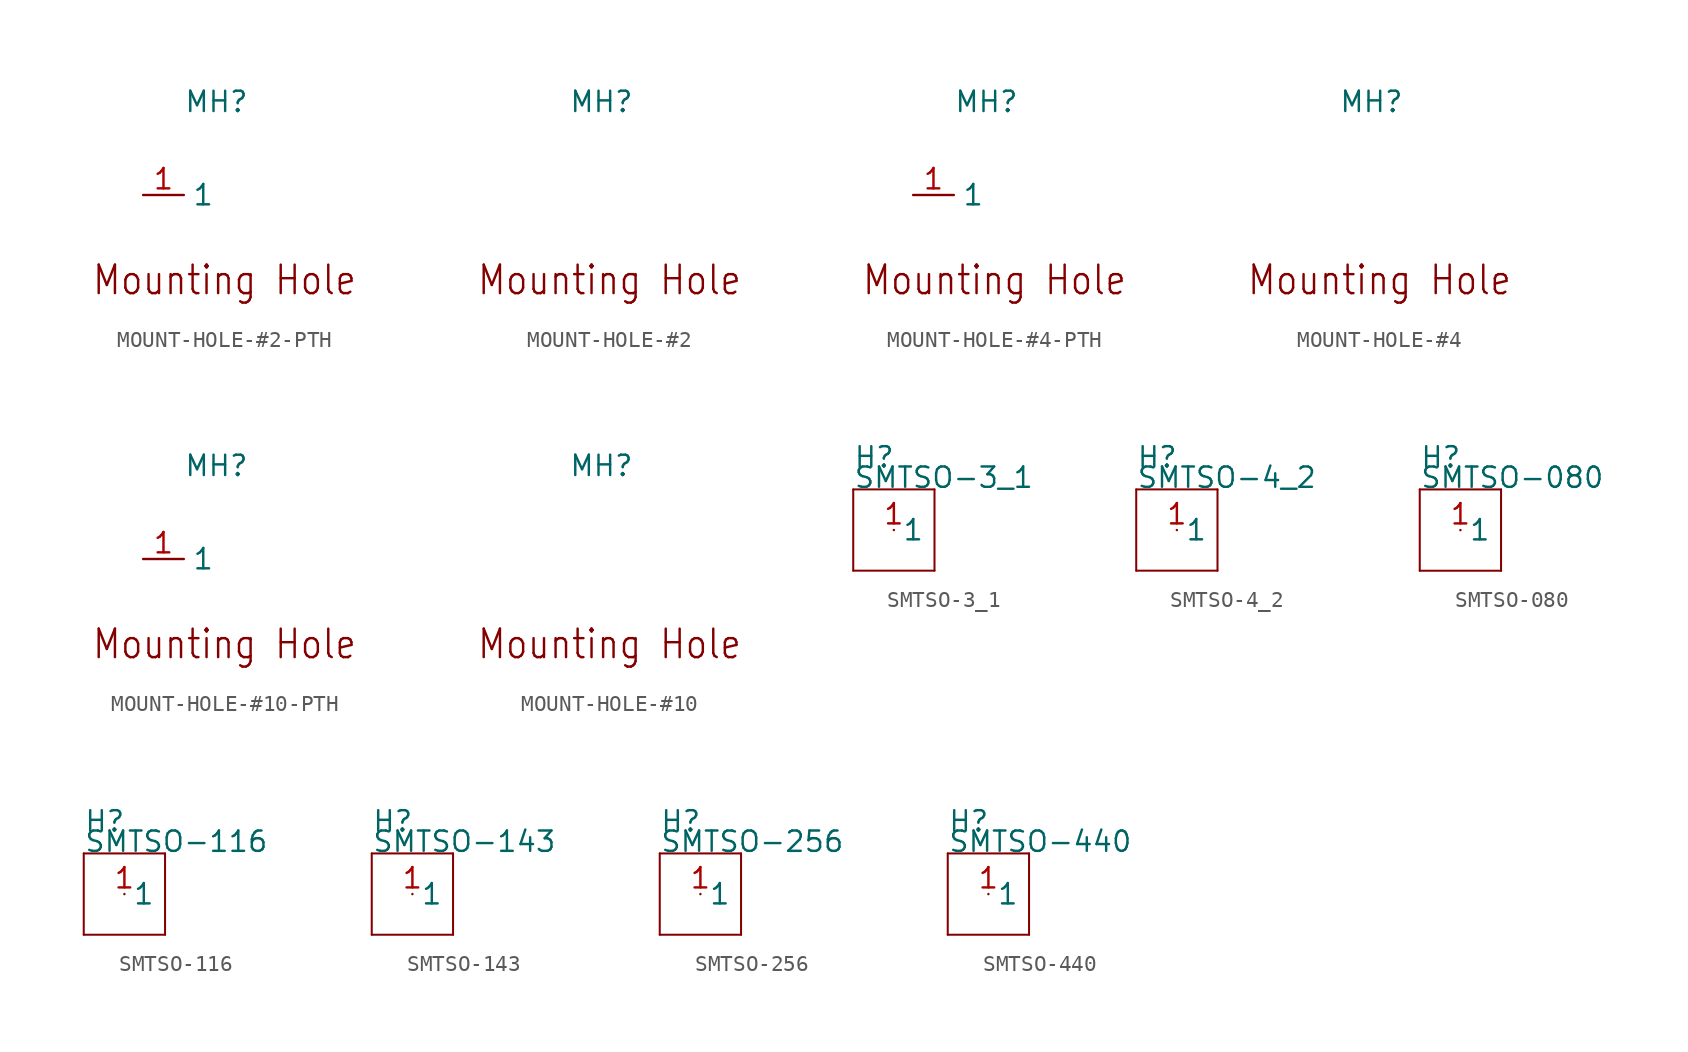
<source format=kicad_sym>
(kicad_symbol_lib
  (version 20211014)
  (generator kicad_symbol_editor)
  (symbol "MOUNT-HOLE-#2-PTH"
    (pin_names)
    (property "Reference" "MH"
      (at -2.54 5.08 0)
      (effects (font (size 1.27 1.27)) (justify left bottom)))
    (property "Datasheet" ""
      (at 0 0 0))
    (property "ki_description" "Mount Hole  - #2 PTH   Technical Specifications:    Hole Diameter: 0.096\"   Screw Head Clearance: 0.141\"     "
      (at 0 0 0))
    (property "ki_fp_filters" "FlashPCB_Hardware:MOUNT-HOLE-#2-PTH FlashPCB_Hardware:MOUNT-HOLE-#2-PTH-NO-SILK"
      (at 0 0 0))
    (symbol "MOUNT-HOLE-#2-PTH_1_1"
      (text "Mounting Hole" (at 0 -6.35 0) (effects (font (size 1.778 1.52)) (justify bottom)))
      (circle private (center 0 0) (radius 2.54) (stroke (width 0.254) (type default)) (fill (type none)))
      (circle private (center 0 0) (radius 3.592) (stroke (width 0.254) (type default)) (fill (type none)))
      (pin bidirectional line (at -5.08 0 0) (length 2.54) (name "1" (effects (font (size 1.27 1.27)))) (number "1" (effects (font (size 1.27 1.27)))))))
  (symbol "MOUNT-HOLE-#2"
    (property "Reference" "MH"
      (at -2.54 5.08 0)
      (effects (font (size 1.27 1.27)) (justify left bottom)))
    (property "Datasheet" ""
      (at 0 0 0))
    (property "ki_description" "Mount Hole  - #2   Technical Specifications:    Hole Diameter: 0.096\"   Screw Head Clearance: 0.141\"     "
      (at 0 0 0))
    (property "ki_fp_filters" "FlashPCB_Hardware:MOUNT-HOLE-#2 FlashPCB_Hardware:MOUNT-HOLE-#2-NO-SILK"
      (at 0 0 0))
    (symbol "MOUNT-HOLE-#2_1_1"
      (text "Mounting Hole" (at 0 -6.35 0) (effects (font (size 1.778 1.52)) (justify bottom)))
      (circle private (center 0 0) (radius 2.54) (stroke (width 0.254) (type default)) (fill (type none)))
      (circle private (center 0 0) (radius 3.592) (stroke (width 0.254) (type default)) (fill (type none)))))
  (symbol "MOUNT-HOLE-#4-PTH"
    (pin_names)
    (property "Reference" "MH"
      (at -2.54 5.08 0)
      (effects (font (size 1.27 1.27)) (justify left bottom)))
    (property "Datasheet" ""
      (at 0 0 0))
    (property "ki_description" "Mount Hole  - #4 PTH   Technical Specifications:    Hole Diameter: 0.1285\"   Screw Head Clearance: 0.183\"     "
      (at 0 0 0))
    (property "ki_fp_filters" "FlashPCB_Hardware:MOUNT-HOLE-#4-PTH FlashPCB_Hardware:MOUNT-HOLE-#4-PTH-NO-SILK"
      (at 0 0 0))
    (symbol "MOUNT-HOLE-#4-PTH_1_1"
      (text "Mounting Hole" (at 0 -6.35 0) (effects (font (size 1.778 1.52)) (justify bottom)))
      (circle private (center 0 0) (radius 2.54) (stroke (width 0.254) (type default)) (fill (type none)))
      (circle private (center 0 0) (radius 3.592) (stroke (width 0.254) (type default)) (fill (type none)))
      (pin bidirectional line (at -5.08 0 0) (length 2.54) (name "1" (effects (font (size 1.27 1.27)))) (number "1" (effects (font (size 1.27 1.27)))))))
  (symbol "MOUNT-HOLE-#4"
    (property "Reference" "MH"
      (at -2.54 5.08 0)
      (effects (font (size 1.27 1.27)) (justify left bottom)))
    (property "Datasheet" ""
      (at 0 0 0))
    (property "ki_description" "Mount Hole  - #4   Technical Specifications:    Hole Diameter: 0.1285\"   Screw Head Clearance: 0.183\"     "
      (at 0 0 0))
    (property "ki_fp_filters" "FlashPCB_Hardware:MOUNT-HOLE-#4 FlashPCB_Hardware:MOUNT-HOLE-#4-NO-SILK"
      (at 0 0 0))
    (symbol "MOUNT-HOLE-#4_1_1"
      (text "Mounting Hole" (at 0 -6.35 0) (effects (font (size 1.778 1.52)) (justify bottom)))
      (circle private (center 0 0) (radius 2.54) (stroke (width 0.254) (type default)) (fill (type none)))
      (circle private (center 0 0) (radius 3.592) (stroke (width 0.254) (type default)) (fill (type none)))))
  (symbol "MOUNT-HOLE-#10-PTH"
    (pin_names)
    (property "Reference" "MH"
      (at -2.54 5.08 0)
      (effects (font (size 1.27 1.27)) (justify left bottom)))
    (property "Datasheet" ""
      (at 0 0 0))
    (property "ki_description" "Mount Hole  - #10 PTH   Technical Specifications:    Hole Diameter: 0.201\"   Screw Head Clearance: 0.313\"     "
      (at 0 0 0))
    (property "ki_fp_filters" "FlashPCB_Hardware:MOUNT-HOLE-#10-PTH FlashPCB_Hardware:MOUNT-HOLE-#10-PTH-NO-SILK"
      (at 0 0 0))
    (symbol "MOUNT-HOLE-#10-PTH_1_1"
      (text "Mounting Hole" (at 0 -6.35 0) (effects (font (size 1.778 1.52)) (justify bottom)))
      (circle private (center 0 0) (radius 2.54) (stroke (width 0.254) (type default)) (fill (type none)))
      (circle private (center 0 0) (radius 3.592) (stroke (width 0.254) (type default)) (fill (type none)))
      (pin bidirectional line (at -5.08 0 0) (length 2.54) (name "1" (effects (font (size 1.27 1.27)))) (number "1" (effects (font (size 1.27 1.27)))))))
  (symbol "MOUNT-HOLE-#10"
    (property "Reference" "MH"
      (at -2.54 5.08 0)
      (effects (font (size 1.27 1.27)) (justify left bottom)))
    (property "Datasheet" ""
      (at 0 0 0))
    (property "ki_description" "Mount Hole  - #10   Technical Specifications:    Hole Diameter: 0.201\"   Screw Head Clearance: 0.313\"     "
      (at 0 0 0))
    (property "ki_fp_filters" "FlashPCB_Hardware:MOUNT-HOLE-#10 FlashPCB_Hardware:MOUNT-HOLE-#10-NO-SILK"
      (at 0 0 0))
    (symbol "MOUNT-HOLE-#10_1_1"
      (text "Mounting Hole" (at 0 -6.35 0) (effects (font (size 1.778 1.52)) (justify bottom)))
      (circle private (center 0 0) (radius 2.54) (stroke (width 0.254) (type default)) (fill (type none)))
      (circle private (center 0 0) (radius 3.592) (stroke (width 0.254) (type default)) (fill (type none)))))
  (symbol "SMTSO-3_1"
    (pin_names)
    (property "Reference" "H"
      (at -2.54 3.81 0)
      (effects (font (size 1.27 1.27)) (justify left bottom)))
    (property "Value" "SMTSO-3_1"
      (at -2.54 2.54 0)
      (effects (font (size 1.27 1.27)) (justify left bottom)))
    (property "Datasheet" ""
      (at 0 0 0))
    (property "ki_description" "PEM SMTSO-3_1  - THT 3.1mm Technical Specifications: Length Codes: 2,3,4,6,8,10 "
      (at 0 0 0))
    (property "ki_fp_filters" "FlashPCB_Hardware:SMTSO-3_1 FlashPCB_Hardware:SMTSO-3_1-NO_OUTLINE"
      (at 0 0 0))
    (symbol "SMTSO-3_1_1_1"
      (polyline (pts (xy -2.54 2.54) (xy 2.54 2.54)) (stroke (width 0.127)) (fill (type none)))
      (polyline (pts (xy 2.54 2.54) (xy 2.54 -2.54)) (stroke (width 0.127)) (fill (type none)))
      (polyline (pts (xy 2.54 -2.54) (xy -2.54 -2.54)) (stroke (width 0.127)) (fill (type none)))
      (polyline (pts (xy -2.54 -2.54) (xy -2.54 2.54)) (stroke (width 0.127)) (fill (type none)))
      (pin bidirectional line (at 0 0 0) (length 0) (name "1" (effects (font (size 1.27 1.27)))) (number "1" (effects (font (size 1.27 1.27)))))))
  (symbol "SMTSO-4_2"
    (pin_names)
    (property "Reference" "H"
      (at -2.54 3.81 0)
      (effects (font (size 1.27 1.27)) (justify left bottom)))
    (property "Value" "SMTSO-4_2"
      (at -2.54 2.54 0)
      (effects (font (size 1.27 1.27)) (justify left bottom)))
    (property "Datasheet" ""
      (at 0 0 0))
    (property "ki_description" "PEM SMTSO-4_2  - THT 4.2mm Technical Specifications: Length Codes: 2,3,4,6,8,10 "
      (at 0 0 0))
    (property "ki_fp_filters" "FlashPCB_Hardware:SMTSO-4_2 FlashPCB_Hardware:SMTSO-4_2-NO_OUTLINE"
      (at 0 0 0))
    (symbol "SMTSO-4_2_1_1"
      (polyline (pts (xy -2.54 2.54) (xy 2.54 2.54)) (stroke (width 0.127)) (fill (type none)))
      (polyline (pts (xy 2.54 2.54) (xy 2.54 -2.54)) (stroke (width 0.127)) (fill (type none)))
      (polyline (pts (xy 2.54 -2.54) (xy -2.54 -2.54)) (stroke (width 0.127)) (fill (type none)))
      (polyline (pts (xy -2.54 -2.54) (xy -2.54 2.54)) (stroke (width 0.127)) (fill (type none)))
      (pin bidirectional line (at 0 0 0) (length 0) (name "1" (effects (font (size 1.27 1.27)))) (number "1" (effects (font (size 1.27 1.27)))))))
  (symbol "SMTSO-080"
    (pin_names)
    (property "Reference" "H"
      (at -2.54 3.81 0)
      (effects (font (size 1.27 1.27)) (justify left bottom)))
    (property "Value" "SMTSO-080"
      (at -2.54 2.54 0)
      (effects (font (size 1.27 1.27)) (justify left bottom)))
    (property "Datasheet" ""
      (at 0 0 0))
    (property "ki_description" "PEM SMTSO-080  - #0-80 Technical Specifications: Length Codes: 2,4 "
      (at 0 0 0))
    (property "ki_fp_filters" "FlashPCB_Hardware:SMTSO-080 FlashPCB_Hardware:SMTSO-080-NO_OUTLINE"
      (at 0 0 0))
    (symbol "SMTSO-080_1_1"
      (polyline (pts (xy -2.54 2.54) (xy 2.54 2.54)) (stroke (width 0.127)) (fill (type none)))
      (polyline (pts (xy 2.54 2.54) (xy 2.54 -2.54)) (stroke (width 0.127)) (fill (type none)))
      (polyline (pts (xy 2.54 -2.54) (xy -2.54 -2.54)) (stroke (width 0.127)) (fill (type none)))
      (polyline (pts (xy -2.54 -2.54) (xy -2.54 2.54)) (stroke (width 0.127)) (fill (type none)))
      (pin bidirectional line (at 0 0 0) (length 0) (name "1" (effects (font (size 1.27 1.27)))) (number "1" (effects (font (size 1.27 1.27)))))))
  (symbol "SMTSO-116"
    (pin_names)
    (property "Reference" "H"
      (at -2.54 3.81 0)
      (effects (font (size 1.27 1.27)) (justify left bottom)))
    (property "Value" "SMTSO-116"
      (at -2.54 2.54 0)
      (effects (font (size 1.27 1.27)) (justify left bottom)))
    (property "Datasheet" ""
      (at 0 0 0))
    (property "ki_description" "PEM SMTSO-116  - THT 0.116\" Technical Specifications: Length Codes: 2,4,8,12 "
      (at 0 0 0))
    (property "ki_fp_filters" "FlashPCB_Hardware:SMTSO-116 FlashPCB_Hardware:SMTSO-116-NO_OUTLINE"
      (at 0 0 0))
    (symbol "SMTSO-116_1_1"
      (polyline (pts (xy -2.54 2.54) (xy 2.54 2.54)) (stroke (width 0.127)) (fill (type none)))
      (polyline (pts (xy 2.54 2.54) (xy 2.54 -2.54)) (stroke (width 0.127)) (fill (type none)))
      (polyline (pts (xy 2.54 -2.54) (xy -2.54 -2.54)) (stroke (width 0.127)) (fill (type none)))
      (polyline (pts (xy -2.54 -2.54) (xy -2.54 2.54)) (stroke (width 0.127)) (fill (type none)))
      (pin bidirectional line (at 0 0 0) (length 0) (name "1" (effects (font (size 1.27 1.27)))) (number "1" (effects (font (size 1.27 1.27)))))))
  (symbol "SMTSO-143"
    (pin_names)
    (property "Reference" "H"
      (at -2.54 3.81 0)
      (effects (font (size 1.27 1.27)) (justify left bottom)))
    (property "Value" "SMTSO-143"
      (at -2.54 2.54 0)
      (effects (font (size 1.27 1.27)) (justify left bottom)))
    (property "Datasheet" ""
      (at 0 0 0))
    (property "ki_description" "PEM SMTSO-143  - THT 0.143\" Technical Specifications: Length Codes: 2,4,8,12 "
      (at 0 0 0))
    (property "ki_fp_filters" "FlashPCB_Hardware:SMTSO-143 FlashPCB_Hardware:SMTSO-143-NO_OUTLINE"
      (at 0 0 0))
    (symbol "SMTSO-143_1_1"
      (polyline (pts (xy -2.54 2.54) (xy 2.54 2.54)) (stroke (width 0.127)) (fill (type none)))
      (polyline (pts (xy 2.54 2.54) (xy 2.54 -2.54)) (stroke (width 0.127)) (fill (type none)))
      (polyline (pts (xy 2.54 -2.54) (xy -2.54 -2.54)) (stroke (width 0.127)) (fill (type none)))
      (polyline (pts (xy -2.54 -2.54) (xy -2.54 2.54)) (stroke (width 0.127)) (fill (type none)))
      (pin bidirectional line (at 0 0 0) (length 0) (name "1" (effects (font (size 1.27 1.27)))) (number "1" (effects (font (size 1.27 1.27)))))))
  (symbol "SMTSO-256"
    (pin_names)
    (property "Reference" "H"
      (at -2.54 3.81 0)
      (effects (font (size 1.27 1.27)) (justify left bottom)))
    (property "Value" "SMTSO-256"
      (at -2.54 2.54 0)
      (effects (font (size 1.27 1.27)) (justify left bottom)))
    (property "Datasheet" ""
      (at 0 0 0))
    (property "ki_description" "PEM SMTSO-256  - #2-56 Technical Specifications: Length Codes: 2,4,8,12 "
      (at 0 0 0))
    (property "ki_fp_filters" "FlashPCB_Hardware:SMTSO-256 FlashPCB_Hardware:SMTSO-256-NO_OUTLINE"
      (at 0 0 0))
    (symbol "SMTSO-256_1_1"
      (polyline (pts (xy -2.54 2.54) (xy 2.54 2.54)) (stroke (width 0.127)) (fill (type none)))
      (polyline (pts (xy 2.54 2.54) (xy 2.54 -2.54)) (stroke (width 0.127)) (fill (type none)))
      (polyline (pts (xy 2.54 -2.54) (xy -2.54 -2.54)) (stroke (width 0.127)) (fill (type none)))
      (polyline (pts (xy -2.54 -2.54) (xy -2.54 2.54)) (stroke (width 0.127)) (fill (type none)))
      (pin bidirectional line (at 0 0 0) (length 0) (name "1" (effects (font (size 1.27 1.27)))) (number "1" (effects (font (size 1.27 1.27)))))))
  (symbol "SMTSO-440"
    (pin_names)
    (property "Reference" "H"
      (at -2.54 3.81 0)
      (effects (font (size 1.27 1.27)) (justify left bottom)))
    (property "Value" "SMTSO-440"
      (at -2.54 2.54 0)
      (effects (font (size 1.27 1.27)) (justify left bottom)))
    (property "Datasheet" ""
      (at 0 0 0))
    (property "ki_description" "PEM SMTSO-440  - #4-40 Technical Specifications: Length Codes: 2,4,8,12 "
      (at 0 0 0))
    (property "ki_fp_filters" "FlashPCB_Hardware:SMTSO-440 FlashPCB_Hardware:SMTSO-440-NO_OUTLINE"
      (at 0 0 0))
    (symbol "SMTSO-440_1_1"
      (polyline (pts (xy -2.54 2.54) (xy 2.54 2.54)) (stroke (width 0.127)) (fill (type none)))
      (polyline (pts (xy 2.54 2.54) (xy 2.54 -2.54)) (stroke (width 0.127)) (fill (type none)))
      (polyline (pts (xy 2.54 -2.54) (xy -2.54 -2.54)) (stroke (width 0.127)) (fill (type none)))
      (polyline (pts (xy -2.54 -2.54) (xy -2.54 2.54)) (stroke (width 0.127)) (fill (type none)))
      (pin bidirectional line (at 0 0 0) (length 0) (name "1" (effects (font (size 1.27 1.27)))) (number "1" (effects (font (size 1.27 1.27))))))))
</source>
